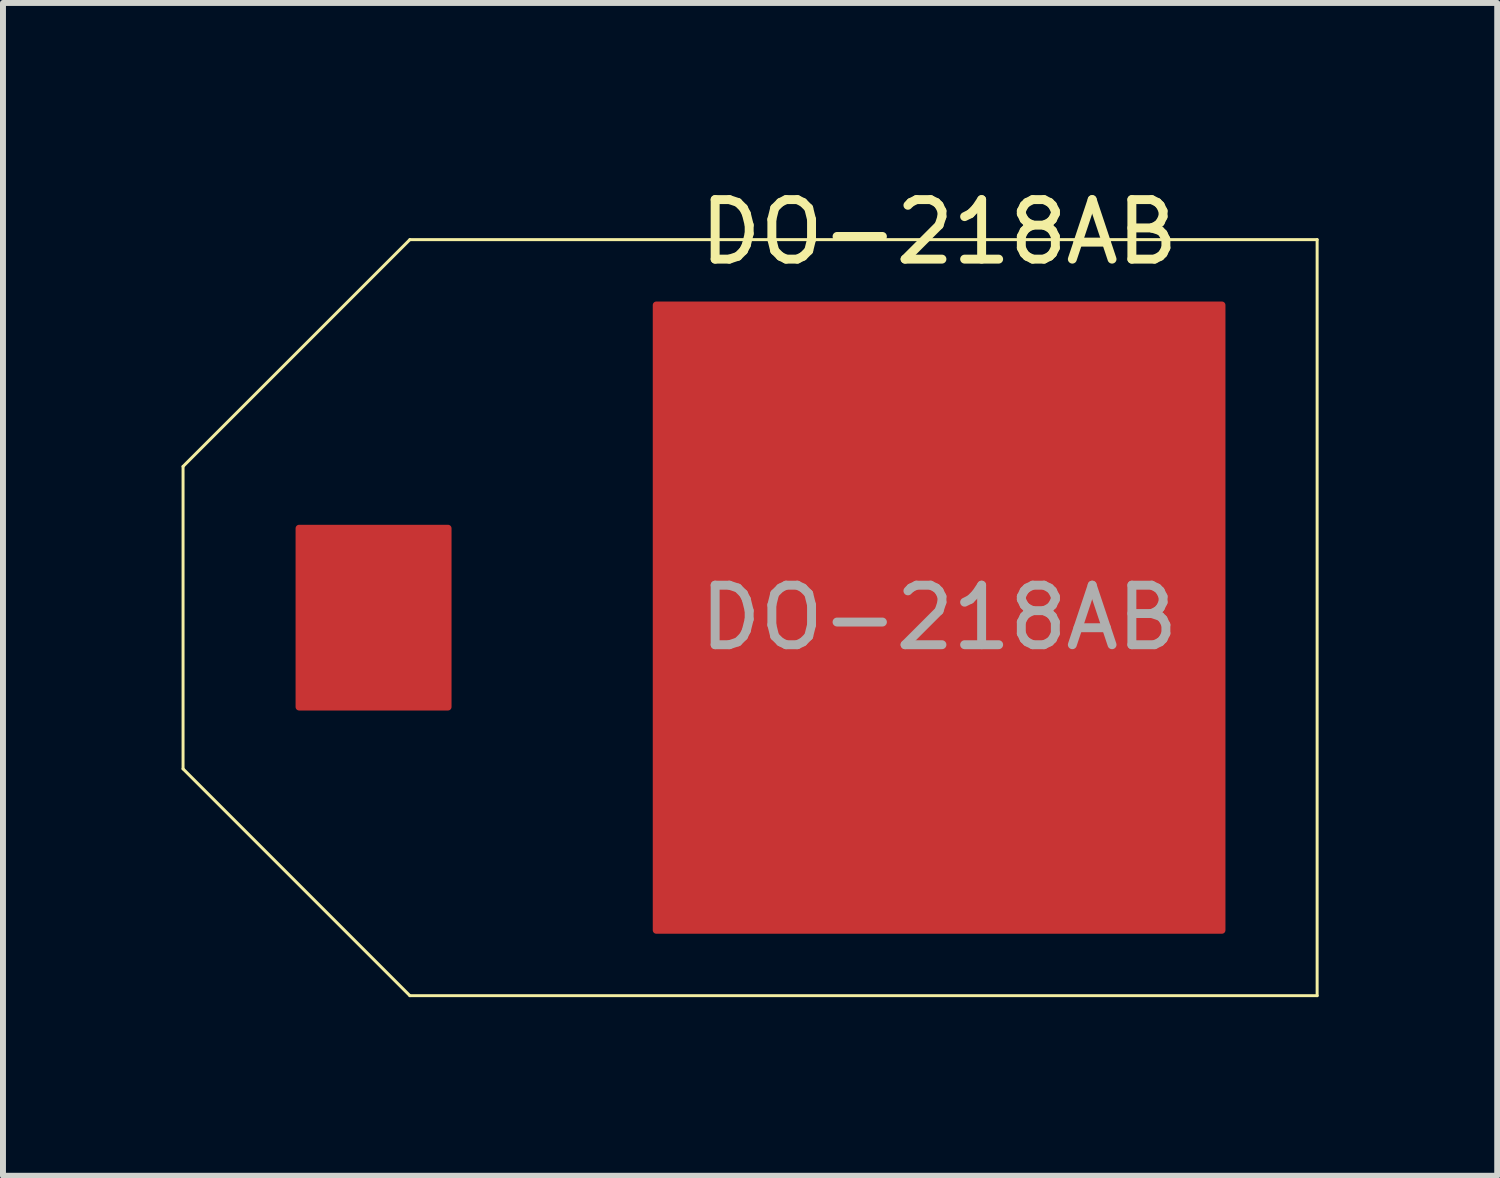
<source format=kicad_pcb>
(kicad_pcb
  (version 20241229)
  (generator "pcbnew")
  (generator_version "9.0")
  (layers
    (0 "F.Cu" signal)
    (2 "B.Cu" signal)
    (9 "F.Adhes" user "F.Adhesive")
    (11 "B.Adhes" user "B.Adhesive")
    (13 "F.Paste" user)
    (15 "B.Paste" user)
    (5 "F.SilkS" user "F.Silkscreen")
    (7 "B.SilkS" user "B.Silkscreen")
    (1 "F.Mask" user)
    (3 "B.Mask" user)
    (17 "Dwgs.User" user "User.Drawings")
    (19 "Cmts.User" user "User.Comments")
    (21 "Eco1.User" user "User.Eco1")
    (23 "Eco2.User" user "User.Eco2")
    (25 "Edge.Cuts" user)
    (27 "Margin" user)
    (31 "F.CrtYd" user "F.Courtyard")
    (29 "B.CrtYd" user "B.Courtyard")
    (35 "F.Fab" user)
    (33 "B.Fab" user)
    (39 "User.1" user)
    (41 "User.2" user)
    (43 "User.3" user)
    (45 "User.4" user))
  (footprint "DO-218AB"
    (layer "F.Cu")
    (at 12.725 7.325)
    (property "Reference" "DO-218AB" (at 0 -6.477 0) (unlocked yes) (layer "F.SilkS") (effects (font (size 1 1) (thickness 0.15))))
    (attr smd)
    (fp_rect (start -10.75 -1.5) (end -8.25 1.5) (stroke (width 0.12) (type solid)) (fill no) (layer "F.Cu"))
    (fp_rect (start -4.75 -5.25) (end 4.75 5.25) (stroke (width 0.12) (type solid)) (fill no) (layer "F.Cu"))
    (fp_line (start -12.7 -2.54) (end -12.7 2.54) (stroke (width 0.05) (type solid)) (layer "F.SilkS"))
    (fp_line (start -12.7 2.54) (end -8.89 6.35) (stroke (width 0.05) (type solid)) (layer "F.SilkS"))
    (fp_line (start -8.89 -6.35) (end -12.7 -2.54) (stroke (width 0.05) (type solid)) (layer "F.SilkS"))
    (fp_line (start -8.89 6.35) (end 6.35 6.35) (stroke (width 0.05) (type solid)) (layer "F.SilkS"))
    (fp_line (start 6.35 -6.35) (end -8.89 -6.35) (stroke (width 0.05) (type solid)) (layer "F.SilkS"))
    (fp_line (start 6.35 6.35) (end 6.35 -6.35) (stroke (width 0.05) (type solid)) (layer "F.SilkS"))
    (fp_text user "${REFERENCE}" (at 0 0 0) (unlocked yes) (layer "F.Fab") (effects (font (size 1 1) (thickness 0.15))))
    (pad "1" smd rect (at -9.5 0) (size 2.5 3) (layers "F.Cu" "F.Mask" "F.Paste"))
    (pad "2" smd rect (at 0 0) (size 9.5 10.5) (layers "F.Cu" "F.Mask" "F.Paste")))
  (gr_rect
    (start -3 -3)
    (end 22.1 16.7)
    (stroke (width 0.1) (type default))
    (fill no)
    (layer "Edge.Cuts")))
</source>
